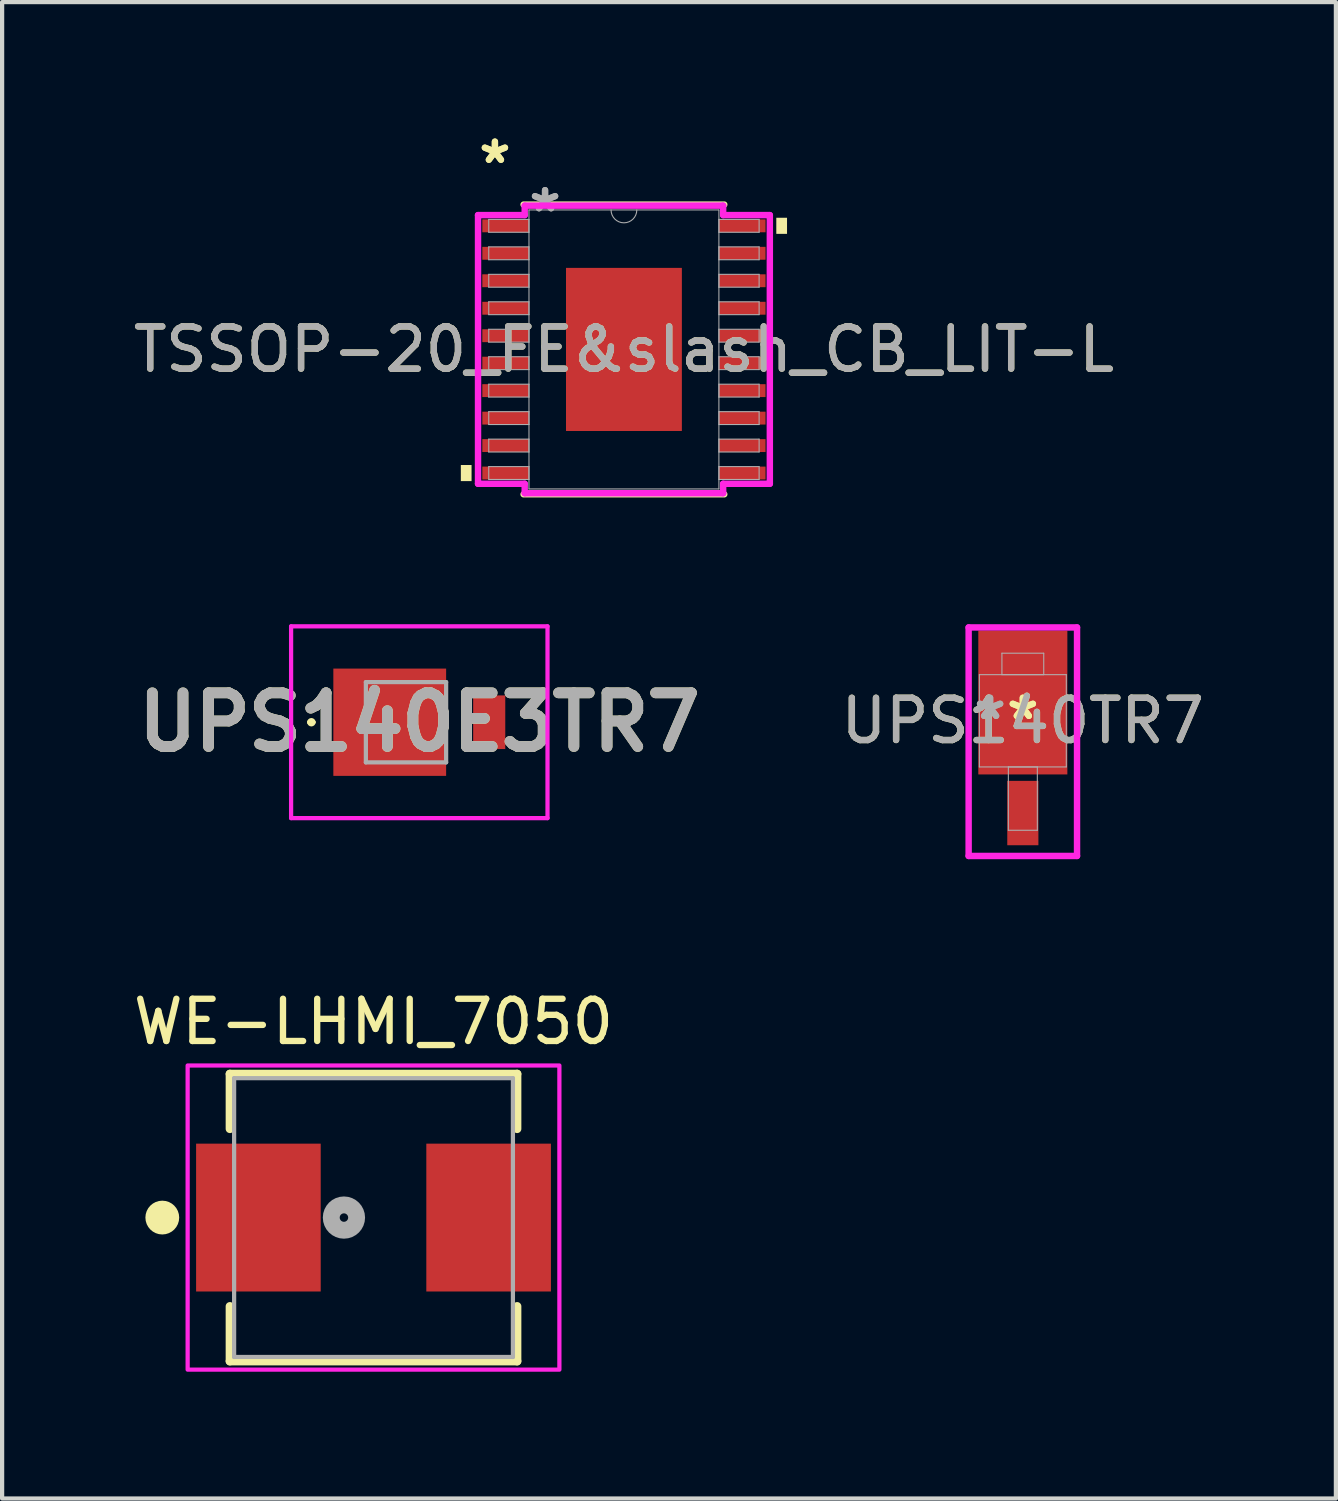
<source format=kicad_pcb>
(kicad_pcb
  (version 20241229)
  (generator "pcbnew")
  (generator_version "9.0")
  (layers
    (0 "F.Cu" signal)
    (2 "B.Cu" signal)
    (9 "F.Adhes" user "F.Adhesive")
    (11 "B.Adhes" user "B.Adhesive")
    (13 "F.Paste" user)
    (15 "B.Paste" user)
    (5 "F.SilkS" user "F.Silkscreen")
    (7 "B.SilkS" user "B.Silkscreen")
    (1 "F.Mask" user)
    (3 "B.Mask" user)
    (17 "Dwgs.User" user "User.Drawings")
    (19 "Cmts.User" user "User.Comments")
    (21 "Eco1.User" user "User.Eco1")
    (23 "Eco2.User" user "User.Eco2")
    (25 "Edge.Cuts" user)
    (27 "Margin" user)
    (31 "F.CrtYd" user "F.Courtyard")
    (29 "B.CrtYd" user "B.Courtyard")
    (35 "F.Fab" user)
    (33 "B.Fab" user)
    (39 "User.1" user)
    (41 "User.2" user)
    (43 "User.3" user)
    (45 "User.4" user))
  (footprint "TSSOP-20_FE&slash_CB_LIT-L"
    (layer "F.Cu")
    (at 11.72 5.222)
    (property "Reference" "TSSOP-20_FE&slash_CB_LIT-L" (at 0 0 0) (unlocked yes) (layer "F.SilkS") (effects (font (size 1 1) (thickness 0.15))))
    (attr smd)
    (fp_line (start -2.375 3.429) (end 2.375 3.429) (stroke (width 0.152) (type solid)) (layer "F.SilkS"))
    (fp_line (start 2.375 -3.429) (end -2.375 -3.429) (stroke (width 0.152) (type solid)) (layer "F.SilkS"))
    (fp_poly (pts (xy -3.861 2.736) (xy -3.861 3.117) (xy -3.607 3.117) (xy -3.607 2.736)) (stroke (width 0) (type solid)) (fill yes) (layer "F.SilkS"))
    (fp_poly (pts (xy 3.861 -3.117) (xy 3.861 -2.736) (xy 3.607 -2.736) (xy 3.607 -3.117)) (stroke (width 0) (type solid)) (fill yes) (layer "F.SilkS"))
    (fp_poly (pts (xy -1.272 -1.83) (xy -1.272 -0.743) (xy -0.1 -0.743) (xy -0.1 -1.83)) (stroke (width 0) (type solid)) (fill yes) (layer "F.Paste"))
    (fp_poly (pts (xy -1.272 -0.543) (xy -1.272 0.543) (xy -0.1 0.543) (xy -0.1 -0.543)) (stroke (width 0) (type solid)) (fill yes) (layer "F.Paste"))
    (fp_poly (pts (xy -1.272 0.743) (xy -1.272 1.83) (xy -0.1 1.83) (xy -0.1 0.743)) (stroke (width 0) (type solid)) (fill yes) (layer "F.Paste"))
    (fp_poly (pts (xy 0.1 -1.83) (xy 0.1 -0.743) (xy 1.272 -0.743) (xy 1.272 -1.83)) (stroke (width 0) (type solid)) (fill yes) (layer "F.Paste"))
    (fp_poly (pts (xy 0.1 -0.543) (xy 0.1 0.543) (xy 1.272 0.543) (xy 1.272 -0.543)) (stroke (width 0) (type solid)) (fill yes) (layer "F.Paste"))
    (fp_poly (pts (xy 0.1 0.743) (xy 0.1 1.83) (xy 1.272 1.83) (xy 1.272 0.743)) (stroke (width 0) (type solid)) (fill yes) (layer "F.Paste"))
    (fp_line (start -3.454 -3.18) (end -2.349 -3.18) (stroke (width 0.152) (type solid)) (layer "F.CrtYd"))
    (fp_line (start -3.454 3.18) (end -3.454 -3.18) (stroke (width 0.152) (type solid)) (layer "F.CrtYd"))
    (fp_line (start -3.454 3.18) (end -2.349 3.18) (stroke (width 0.152) (type solid)) (layer "F.CrtYd"))
    (fp_line (start -2.349 -3.404) (end 2.349 -3.404) (stroke (width 0.152) (type solid)) (layer "F.CrtYd"))
    (fp_line (start -2.349 -3.18) (end -2.349 -3.404) (stroke (width 0.152) (type solid)) (layer "F.CrtYd"))
    (fp_line (start -2.349 3.404) (end -2.349 3.18) (stroke (width 0.152) (type solid)) (layer "F.CrtYd"))
    (fp_line (start 2.349 -3.404) (end 2.349 -3.18) (stroke (width 0.152) (type solid)) (layer "F.CrtYd"))
    (fp_line (start 2.349 3.18) (end 2.349 3.404) (stroke (width 0.152) (type solid)) (layer "F.CrtYd"))
    (fp_line (start 2.349 3.404) (end -2.349 3.404) (stroke (width 0.152) (type solid)) (layer "F.CrtYd"))
    (fp_line (start 3.454 -3.18) (end 2.349 -3.18) (stroke (width 0.152) (type solid)) (layer "F.CrtYd"))
    (fp_line (start 3.454 -3.18) (end 3.454 3.18) (stroke (width 0.152) (type solid)) (layer "F.CrtYd"))
    (fp_line (start 3.454 3.18) (end 2.349 3.18) (stroke (width 0.152) (type solid)) (layer "F.CrtYd"))
    (fp_line (start -3.2 -3.078) (end -3.2 -2.774) (stroke (width 0.025) (type solid)) (layer "F.Fab"))
    (fp_line (start -3.2 -2.774) (end -2.248 -2.774) (stroke (width 0.025) (type solid)) (layer "F.Fab"))
    (fp_line (start -3.2 -2.428) (end -3.2 -2.123) (stroke (width 0.025) (type solid)) (layer "F.Fab"))
    (fp_line (start -3.2 -2.123) (end -2.248 -2.123) (stroke (width 0.025) (type solid)) (layer "F.Fab"))
    (fp_line (start -3.2 -1.778) (end -3.2 -1.473) (stroke (width 0.025) (type solid)) (layer "F.Fab"))
    (fp_line (start -3.2 -1.473) (end -2.248 -1.473) (stroke (width 0.025) (type solid)) (layer "F.Fab"))
    (fp_line (start -3.2 -1.128) (end -3.2 -0.823) (stroke (width 0.025) (type solid)) (layer "F.Fab"))
    (fp_line (start -3.2 -0.823) (end -2.248 -0.823) (stroke (width 0.025) (type solid)) (layer "F.Fab"))
    (fp_line (start -3.2 -0.478) (end -3.2 -0.173) (stroke (width 0.025) (type solid)) (layer "F.Fab"))
    (fp_line (start -3.2 -0.173) (end -2.248 -0.173) (stroke (width 0.025) (type solid)) (layer "F.Fab"))
    (fp_line (start -3.2 0.173) (end -3.2 0.478) (stroke (width 0.025) (type solid)) (layer "F.Fab"))
    (fp_line (start -3.2 0.478) (end -2.248 0.478) (stroke (width 0.025) (type solid)) (layer "F.Fab"))
    (fp_line (start -3.2 0.823) (end -3.2 1.128) (stroke (width 0.025) (type solid)) (layer "F.Fab"))
    (fp_line (start -3.2 1.128) (end -2.248 1.128) (stroke (width 0.025) (type solid)) (layer "F.Fab"))
    (fp_line (start -3.2 1.473) (end -3.2 1.778) (stroke (width 0.025) (type solid)) (layer "F.Fab"))
    (fp_line (start -3.2 1.778) (end -2.248 1.778) (stroke (width 0.025) (type solid)) (layer "F.Fab"))
    (fp_line (start -3.2 2.123) (end -3.2 2.428) (stroke (width 0.025) (type solid)) (layer "F.Fab"))
    (fp_line (start -3.2 2.428) (end -2.248 2.428) (stroke (width 0.025) (type solid)) (layer "F.Fab"))
    (fp_line (start -3.2 2.774) (end -3.2 3.078) (stroke (width 0.025) (type solid)) (layer "F.Fab"))
    (fp_line (start -3.2 3.078) (end -2.248 3.078) (stroke (width 0.025) (type solid)) (layer "F.Fab"))
    (fp_line (start -2.248 -3.302) (end -2.248 3.302) (stroke (width 0.025) (type solid)) (layer "F.Fab"))
    (fp_line (start -2.248 -3.078) (end -3.2 -3.078) (stroke (width 0.025) (type solid)) (layer "F.Fab"))
    (fp_line (start -2.248 -2.774) (end -2.248 -3.078) (stroke (width 0.025) (type solid)) (layer "F.Fab"))
    (fp_line (start -2.248 -2.428) (end -3.2 -2.428) (stroke (width 0.025) (type solid)) (layer "F.Fab"))
    (fp_line (start -2.248 -2.123) (end -2.248 -2.428) (stroke (width 0.025) (type solid)) (layer "F.Fab"))
    (fp_line (start -2.248 -1.778) (end -3.2 -1.778) (stroke (width 0.025) (type solid)) (layer "F.Fab"))
    (fp_line (start -2.248 -1.473) (end -2.248 -1.778) (stroke (width 0.025) (type solid)) (layer "F.Fab"))
    (fp_line (start -2.248 -1.128) (end -3.2 -1.128) (stroke (width 0.025) (type solid)) (layer "F.Fab"))
    (fp_line (start -2.248 -0.823) (end -2.248 -1.128) (stroke (width 0.025) (type solid)) (layer "F.Fab"))
    (fp_line (start -2.248 -0.478) (end -3.2 -0.478) (stroke (width 0.025) (type solid)) (layer "F.Fab"))
    (fp_line (start -2.248 -0.173) (end -2.248 -0.478) (stroke (width 0.025) (type solid)) (layer "F.Fab"))
    (fp_line (start -2.248 0.173) (end -3.2 0.173) (stroke (width 0.025) (type solid)) (layer "F.Fab"))
    (fp_line (start -2.248 0.478) (end -2.248 0.173) (stroke (width 0.025) (type solid)) (layer "F.Fab"))
    (fp_line (start -2.248 0.823) (end -3.2 0.823) (stroke (width 0.025) (type solid)) (layer "F.Fab"))
    (fp_line (start -2.248 1.128) (end -2.248 0.823) (stroke (width 0.025) (type solid)) (layer "F.Fab"))
    (fp_line (start -2.248 1.473) (end -3.2 1.473) (stroke (width 0.025) (type solid)) (layer "F.Fab"))
    (fp_line (start -2.248 1.778) (end -2.248 1.473) (stroke (width 0.025) (type solid)) (layer "F.Fab"))
    (fp_line (start -2.248 2.123) (end -3.2 2.123) (stroke (width 0.025) (type solid)) (layer "F.Fab"))
    (fp_line (start -2.248 2.428) (end -2.248 2.123) (stroke (width 0.025) (type solid)) (layer "F.Fab"))
    (fp_line (start -2.248 2.774) (end -3.2 2.774) (stroke (width 0.025) (type solid)) (layer "F.Fab"))
    (fp_line (start -2.248 3.078) (end -2.248 2.774) (stroke (width 0.025) (type solid)) (layer "F.Fab"))
    (fp_line (start -2.248 3.302) (end 2.248 3.302) (stroke (width 0.025) (type solid)) (layer "F.Fab"))
    (fp_line (start 2.248 -3.302) (end -2.248 -3.302) (stroke (width 0.025) (type solid)) (layer "F.Fab"))
    (fp_line (start 2.248 -3.078) (end 2.248 -2.774) (stroke (width 0.025) (type solid)) (layer "F.Fab"))
    (fp_line (start 2.248 -2.774) (end 3.2 -2.774) (stroke (width 0.025) (type solid)) (layer "F.Fab"))
    (fp_line (start 2.248 -2.428) (end 2.248 -2.123) (stroke (width 0.025) (type solid)) (layer "F.Fab"))
    (fp_line (start 2.248 -2.123) (end 3.2 -2.123) (stroke (width 0.025) (type solid)) (layer "F.Fab"))
    (fp_line (start 2.248 -1.778) (end 2.248 -1.473) (stroke (width 0.025) (type solid)) (layer "F.Fab"))
    (fp_line (start 2.248 -1.473) (end 3.2 -1.473) (stroke (width 0.025) (type solid)) (layer "F.Fab"))
    (fp_line (start 2.248 -1.128) (end 2.248 -0.823) (stroke (width 0.025) (type solid)) (layer "F.Fab"))
    (fp_line (start 2.248 -0.823) (end 3.2 -0.823) (stroke (width 0.025) (type solid)) (layer "F.Fab"))
    (fp_line (start 2.248 -0.478) (end 2.248 -0.173) (stroke (width 0.025) (type solid)) (layer "F.Fab"))
    (fp_line (start 2.248 -0.173) (end 3.2 -0.173) (stroke (width 0.025) (type solid)) (layer "F.Fab"))
    (fp_line (start 2.248 0.173) (end 2.248 0.478) (stroke (width 0.025) (type solid)) (layer "F.Fab"))
    (fp_line (start 2.248 0.478) (end 3.2 0.478) (stroke (width 0.025) (type solid)) (layer "F.Fab"))
    (fp_line (start 2.248 0.823) (end 2.248 1.128) (stroke (width 0.025) (type solid)) (layer "F.Fab"))
    (fp_line (start 2.248 1.128) (end 3.2 1.128) (stroke (width 0.025) (type solid)) (layer "F.Fab"))
    (fp_line (start 2.248 1.473) (end 2.248 1.778) (stroke (width 0.025) (type solid)) (layer "F.Fab"))
    (fp_line (start 2.248 1.778) (end 3.2 1.778) (stroke (width 0.025) (type solid)) (layer "F.Fab"))
    (fp_line (start 2.248 2.123) (end 2.248 2.428) (stroke (width 0.025) (type solid)) (layer "F.Fab"))
    (fp_line (start 2.248 2.428) (end 3.2 2.428) (stroke (width 0.025) (type solid)) (layer "F.Fab"))
    (fp_line (start 2.248 2.774) (end 2.248 3.078) (stroke (width 0.025) (type solid)) (layer "F.Fab"))
    (fp_line (start 2.248 3.078) (end 3.2 3.078) (stroke (width 0.025) (type solid)) (layer "F.Fab"))
    (fp_line (start 2.248 3.302) (end 2.248 -3.302) (stroke (width 0.025) (type solid)) (layer "F.Fab"))
    (fp_line (start 3.2 -3.078) (end 2.248 -3.078) (stroke (width 0.025) (type solid)) (layer "F.Fab"))
    (fp_line (start 3.2 -2.774) (end 3.2 -3.078) (stroke (width 0.025) (type solid)) (layer "F.Fab"))
    (fp_line (start 3.2 -2.428) (end 2.248 -2.428) (stroke (width 0.025) (type solid)) (layer "F.Fab"))
    (fp_line (start 3.2 -2.123) (end 3.2 -2.428) (stroke (width 0.025) (type solid)) (layer "F.Fab"))
    (fp_line (start 3.2 -1.778) (end 2.248 -1.778) (stroke (width 0.025) (type solid)) (layer "F.Fab"))
    (fp_line (start 3.2 -1.473) (end 3.2 -1.778) (stroke (width 0.025) (type solid)) (layer "F.Fab"))
    (fp_line (start 3.2 -1.128) (end 2.248 -1.128) (stroke (width 0.025) (type solid)) (layer "F.Fab"))
    (fp_line (start 3.2 -0.823) (end 3.2 -1.128) (stroke (width 0.025) (type solid)) (layer "F.Fab"))
    (fp_line (start 3.2 -0.478) (end 2.248 -0.478) (stroke (width 0.025) (type solid)) (layer "F.Fab"))
    (fp_line (start 3.2 -0.173) (end 3.2 -0.478) (stroke (width 0.025) (type solid)) (layer "F.Fab"))
    (fp_line (start 3.2 0.173) (end 2.248 0.173) (stroke (width 0.025) (type solid)) (layer "F.Fab"))
    (fp_line (start 3.2 0.478) (end 3.2 0.173) (stroke (width 0.025) (type solid)) (layer "F.Fab"))
    (fp_line (start 3.2 0.823) (end 2.248 0.823) (stroke (width 0.025) (type solid)) (layer "F.Fab"))
    (fp_line (start 3.2 1.128) (end 3.2 0.823) (stroke (width 0.025) (type solid)) (layer "F.Fab"))
    (fp_line (start 3.2 1.473) (end 2.248 1.473) (stroke (width 0.025) (type solid)) (layer "F.Fab"))
    (fp_line (start 3.2 1.778) (end 3.2 1.473) (stroke (width 0.025) (type solid)) (layer "F.Fab"))
    (fp_line (start 3.2 2.123) (end 2.248 2.123) (stroke (width 0.025) (type solid)) (layer "F.Fab"))
    (fp_line (start 3.2 2.428) (end 3.2 2.123) (stroke (width 0.025) (type solid)) (layer "F.Fab"))
    (fp_line (start 3.2 2.774) (end 2.248 2.774) (stroke (width 0.025) (type solid)) (layer "F.Fab"))
    (fp_line (start 3.2 3.078) (end 3.2 2.774) (stroke (width 0.025) (type solid)) (layer "F.Fab"))
    (fp_arc (start 0.3048 -3.302) (mid 0 -2.9972) (end -0.3048 -3.302) (stroke (width 0.0254) (type solid)) (layer "F.Fab"))
    (fp_text user "*" (at -3.054 -4.374 0) (layer "F.SilkS") (effects (font (size 1 1) (thickness 0.15))))
    (fp_text user "*" (at -3.054 -4.374 0) (unlocked yes) (layer "F.SilkS") (effects (font (size 1 1) (thickness 0.15))))
    (fp_text user "${REFERENCE}" (at 0 0 0) (unlocked yes) (layer "F.Fab") (effects (font (size 1 1) (thickness 0.15))))
    (fp_text user "*" (at -1.867 -3.226 0) (layer "F.Fab") (effects (font (size 1 1) (thickness 0.15))))
    (fp_text user "*" (at -1.867 -3.226 0) (unlocked yes) (layer "F.Fab") (effects (font (size 1 1) (thickness 0.15))))
    (pad "1" smd rect (at -2.8 -2.926) (size 1.105 0.305) (layers "F.Cu" "F.Mask" "F.Paste"))
    (pad "2" smd rect (at -2.8 -2.276) (size 1.105 0.305) (layers "F.Cu" "F.Mask" "F.Paste"))
    (pad "3" smd rect (at -2.8 -1.626) (size 1.105 0.305) (layers "F.Cu" "F.Mask" "F.Paste"))
    (pad "4" smd rect (at -2.8 -0.975) (size 1.105 0.305) (layers "F.Cu" "F.Mask" "F.Paste"))
    (pad "5" smd rect (at -2.8 -0.325) (size 1.105 0.305) (layers "F.Cu" "F.Mask" "F.Paste"))
    (pad "6" smd rect (at -2.8 0.325) (size 1.105 0.305) (layers "F.Cu" "F.Mask" "F.Paste"))
    (pad "7" smd rect (at -2.8 0.975) (size 1.105 0.305) (layers "F.Cu" "F.Mask" "F.Paste"))
    (pad "8" smd rect (at -2.8 1.626) (size 1.105 0.305) (layers "F.Cu" "F.Mask" "F.Paste"))
    (pad "9" smd rect (at -2.8 2.276) (size 1.105 0.305) (layers "F.Cu" "F.Mask" "F.Paste"))
    (pad "10" smd rect (at -2.8 2.926) (size 1.105 0.305) (layers "F.Cu" "F.Mask" "F.Paste"))
    (pad "11" smd rect (at 2.8 2.926) (size 1.105 0.305) (layers "F.Cu" "F.Mask" "F.Paste"))
    (pad "12" smd rect (at 2.8 2.276) (size 1.105 0.305) (layers "F.Cu" "F.Mask" "F.Paste"))
    (pad "13" smd rect (at 2.8 1.626) (size 1.105 0.305) (layers "F.Cu" "F.Mask" "F.Paste"))
    (pad "14" smd rect (at 2.8 0.975) (size 1.105 0.305) (layers "F.Cu" "F.Mask" "F.Paste"))
    (pad "15" smd rect (at 2.8 0.325) (size 1.105 0.305) (layers "F.Cu" "F.Mask" "F.Paste"))
    (pad "16" smd rect (at 2.8 -0.325) (size 1.105 0.305) (layers "F.Cu" "F.Mask" "F.Paste"))
    (pad "17" smd rect (at 2.8 -0.975) (size 1.105 0.305) (layers "F.Cu" "F.Mask" "F.Paste"))
    (pad "18" smd rect (at 2.8 -1.626) (size 1.105 0.305) (layers "F.Cu" "F.Mask" "F.Paste"))
    (pad "19" smd rect (at 2.8 -2.276) (size 1.105 0.305) (layers "F.Cu" "F.Mask" "F.Paste"))
    (pad "20" smd rect (at 2.8 -2.926) (size 1.105 0.305) (layers "F.Cu" "F.Mask" "F.Paste"))
    (pad "EPAD" smd rect (at 0 0) (size 2.743 3.861) (layers "F.Cu" "F.Mask")))
  (footprint "UPS140TR7"
    (layer "F.Cu")
    (at 21.163 14.013)
    (property "Reference" "UPS140TR7" (at 0 0 0) (unlocked yes) (layer "F.SilkS") (effects (font (size 1 1) (thickness 0.15))))
    (attr smd)
    (fp_line (start -1.283 -2.21) (end 1.283 -2.21) (stroke (width 0.152) (type solid)) (layer "F.CrtYd"))
    (fp_line (start -1.283 3.2) (end -1.283 -2.21) (stroke (width 0.152) (type solid)) (layer "F.CrtYd"))
    (fp_line (start 1.283 -2.21) (end 1.283 3.2) (stroke (width 0.152) (type solid)) (layer "F.CrtYd"))
    (fp_line (start 1.283 3.2) (end -1.283 3.2) (stroke (width 0.152) (type solid)) (layer "F.CrtYd"))
    (fp_line (start -1.029 -1.092) (end -1.029 1.092) (stroke (width 0.025) (type solid)) (layer "F.Fab"))
    (fp_line (start -1.029 1.092) (end 1.029 1.092) (stroke (width 0.025) (type solid)) (layer "F.Fab"))
    (fp_line (start -0.495 -1.6) (end -0.495 -1.092) (stroke (width 0.025) (type solid)) (layer "F.Fab"))
    (fp_line (start -0.495 -1.092) (end 0.495 -1.092) (stroke (width 0.025) (type solid)) (layer "F.Fab"))
    (fp_line (start -0.343 1.092) (end -0.343 2.591) (stroke (width 0.025) (type solid)) (layer "F.Fab"))
    (fp_line (start -0.343 2.591) (end 0.343 2.591) (stroke (width 0.025) (type solid)) (layer "F.Fab"))
    (fp_line (start 0.343 1.092) (end -0.343 1.092) (stroke (width 0.025) (type solid)) (layer "F.Fab"))
    (fp_line (start 0.343 2.591) (end 0.343 1.092) (stroke (width 0.025) (type solid)) (layer "F.Fab"))
    (fp_line (start 0.495 -1.6) (end -0.495 -1.6) (stroke (width 0.025) (type solid)) (layer "F.Fab"))
    (fp_line (start 0.495 -1.092) (end 0.495 -1.6) (stroke (width 0.025) (type solid)) (layer "F.Fab"))
    (fp_line (start 1.029 -1.092) (end -1.029 -1.092) (stroke (width 0.025) (type solid)) (layer "F.Fab"))
    (fp_line (start 1.029 -1.092) (end 1.029 1.092) (stroke (width 0.025) (type solid)) (layer "F.Fab"))
    (fp_text user "*" (at 0 0 0) (layer "F.SilkS") (effects (font (size 1 1) (thickness 0.15))))
    (fp_text user "*" (at 0 0 0) (unlocked yes) (layer "F.SilkS") (effects (font (size 1 1) (thickness 0.15))))
    (fp_text user "${REFERENCE}" (at 0 0 0) (unlocked yes) (layer "F.Fab") (effects (font (size 1 1) (thickness 0.15))))
    (fp_text user "*" (at -0.775 0 0) (layer "F.Fab") (effects (font (size 1 1) (thickness 0.15))))
    (fp_text user "*" (at -0.775 0 0) (unlocked yes) (layer "F.Fab") (effects (font (size 1 1) (thickness 0.15))))
    (pad "1" smd rect (at 0 -0.432) (size 2.108 3.404) (layers "F.Cu" "F.Mask" "F.Paste"))
    (pad "2" smd rect (at 0 2.184) (size 0.737 1.524) (layers "F.Cu" "F.Mask" "F.Paste")))
  (footprint "WE-LHMI_7050"
    (layer "F.Cu")
    (at 5.792 25.773)
    (property "Reference" "WE-LHMI_7050" (at 0 -4.635 0) (layer "F.SilkS") (effects (font (size 1 1) (thickness 0.15))))
    (attr smd)
    (fp_line (start -3.4 -3.4) (end 3.4 -3.4) (stroke (width 0.2) (type solid)) (layer "F.SilkS"))
    (fp_line (start -3.4 -2.1) (end -3.4 -3.4) (stroke (width 0.2) (type solid)) (layer "F.SilkS"))
    (fp_line (start -3.4 2.1) (end -3.4 3.4) (stroke (width 0.2) (type solid)) (layer "F.SilkS"))
    (fp_line (start -3.4 3.4) (end 3.4 3.4) (stroke (width 0.2) (type solid)) (layer "F.SilkS"))
    (fp_line (start 3.4 -3.4) (end 3.4 -2.1) (stroke (width 0.2) (type solid)) (layer "F.SilkS"))
    (fp_line (start 3.4 3.4) (end 3.4 2.1) (stroke (width 0.2) (type solid)) (layer "F.SilkS"))
    (fp_circle (center -5 0) (end -4.8 0) (stroke (width 0.4) (type solid)) (fill no) (layer "F.SilkS"))
    (fp_poly (pts (xy -4.4 -3.6) (xy 4.4 -3.6) (xy 4.4 3.6) (xy -4.4 3.6)) (stroke (width 0.1) (type solid)) (fill no) (layer "F.CrtYd"))
    (fp_line (start -3.3 -3.3) (end 3.3 -3.3) (stroke (width 0.1) (type solid)) (layer "F.Fab"))
    (fp_line (start -3.3 3.3) (end -3.3 -3.3) (stroke (width 0.1) (type solid)) (layer "F.Fab"))
    (fp_line (start 3.3 -3.3) (end 3.3 3.3) (stroke (width 0.1) (type solid)) (layer "F.Fab"))
    (fp_line (start 3.3 3.3) (end -3.3 3.3) (stroke (width 0.1) (type solid)) (layer "F.Fab"))
    (fp_circle (center -0.7 0) (end -0.6 0) (stroke (width 0.4) (type solid)) (fill no) (layer "F.Fab"))
    (pad "1" smd rect (at -2.725 0) (size 2.95 3.5) (layers "F.Cu" "F.Mask" "F.Paste"))
    (pad "2" smd rect (at 2.725 0) (size 2.95 3.5) (layers "F.Cu" "F.Mask" "F.Paste"))
    (zone (net_name "") (layer "F.Cu") (hatch full 0.508) (connect_pads) (min_thickness 0.01) (filled_areas_thickness no) (keepout (tracks not_allowed) (vias not_allowed) (pads not_allowed) (copperpour not_allowed) (footprints allowed)) (placement (enabled no)) (fill) (polygon (pts (xy 4.542 22.473) (xy 7.042 22.473) (xy 7.042 29.073) (xy 4.542 29.073))))
    (zone (net_name "") (layers "F.Cu" "B.Cu") (hatch full 0.508) (connect_pads) (min_thickness 0.01) (filled_areas_thickness no) (keepout (tracks allowed) (vias not_allowed) (pads allowed) (copperpour allowed) (footprints allowed)) (placement (enabled no)) (fill) (polygon (pts (xy 4.542 22.473) (xy 7.042 22.473) (xy 7.042 29.073) (xy 4.542 29.073)))))
  (footprint "UPS140E3TR7"
    (layer "F.Cu")
    (at 7.071 14.047)
    (property "Reference" "UPS140E3TR7" (at -0.195 0 0) (layer "F.SilkS") (effects (font (size 1.27 1.27) (thickness 0.254))))
    (attr smd)
    (fp_line (start -2.8 0) (end -2.8 0) (stroke (width 0.1) (type solid)) (layer "F.SilkS"))
    (fp_line (start -2.7 0) (end -2.7 0) (stroke (width 0.1) (type solid)) (layer "F.SilkS"))
    (fp_arc (start -2.8 0) (mid -2.75 -0.05) (end -2.7 0) (stroke (width 0.1) (type solid)) (layer "F.SilkS"))
    (fp_arc (start -2.7 0) (mid -2.75 0.05) (end -2.8 0) (stroke (width 0.1) (type solid)) (layer "F.SilkS"))
    (fp_line (start -3.23 -2.27) (end 2.84 -2.27) (stroke (width 0.1) (type solid)) (layer "F.CrtYd"))
    (fp_line (start -3.23 2.27) (end -3.23 -2.27) (stroke (width 0.1) (type solid)) (layer "F.CrtYd"))
    (fp_line (start 2.84 -2.27) (end 2.84 2.27) (stroke (width 0.1) (type solid)) (layer "F.CrtYd"))
    (fp_line (start 2.84 2.27) (end -3.23 2.27) (stroke (width 0.1) (type solid)) (layer "F.CrtYd"))
    (fp_line (start -1.46 -0.95) (end 0.44 -0.95) (stroke (width 0.1) (type solid)) (layer "F.Fab"))
    (fp_line (start -1.46 0.95) (end -1.46 -0.95) (stroke (width 0.1) (type solid)) (layer "F.Fab"))
    (fp_line (start 0.44 -0.95) (end 0.44 0.95) (stroke (width 0.1) (type solid)) (layer "F.Fab"))
    (fp_line (start 0.44 0.95) (end -1.46 0.95) (stroke (width 0.1) (type solid)) (layer "F.Fab"))
    (fp_text user "${REFERENCE}" (at -0.195 0 0) (layer "F.Fab") (effects (font (size 1.27 1.27) (thickness 0.254))))
    (pad "1" smd rect (at -0.895 0 90) (size 2.54 2.67) (layers "F.Cu" "F.Mask" "F.Paste"))
    (pad "2" smd rect (at 1.46 0) (size 0.76 1.27) (layers "F.Cu" "F.Mask" "F.Paste")))
  (gr_rect
    (start -3 -3)
    (end 28.574 32.423)
    (stroke (width 0.1) (type default))
    (fill no)
    (layer "Edge.Cuts")))
</source>
